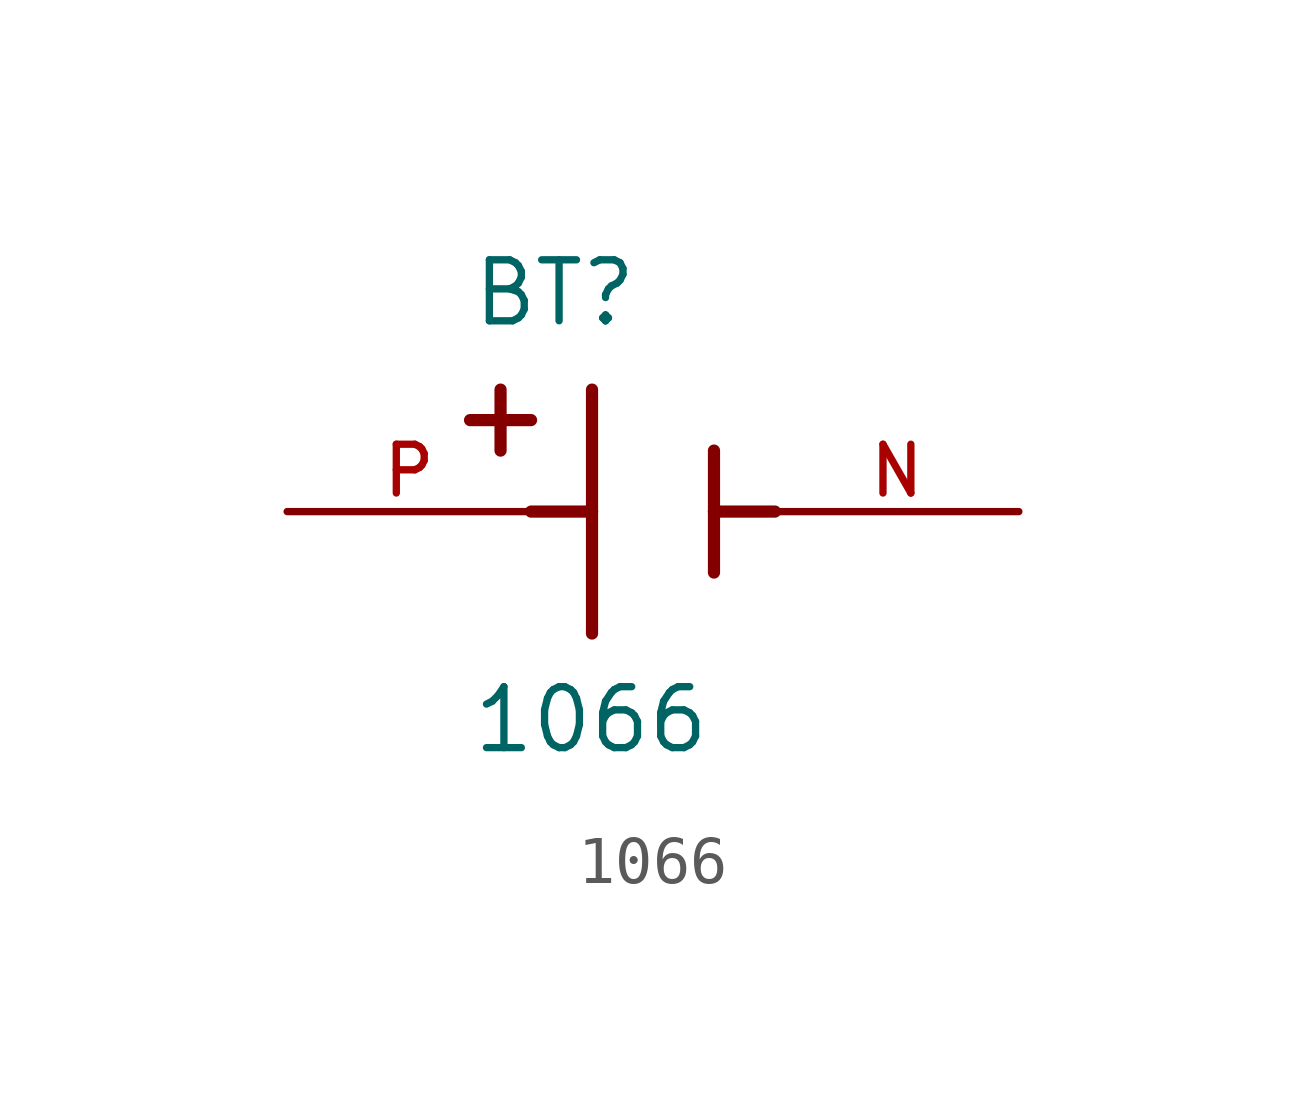
<source format=kicad_sym>
(kicad_symbol_lib
  (version 20211014)
  (generator kicad_symbol_editor)
  (symbol "1066"
    (pin_names
      (offset 1.016))
    (property "Reference" "BT"
      (at -3.81 3.81 0)
      (effects (font (size 1.27 1.27)) (justify bottom left)))
    (property "Value" "1066"
      (at -3.81 -5.08 0)
      (effects (font (size 1.27 1.27)) (justify bottom left)))
    (symbol "1066_0_0"
      (polyline (pts (xy -1.27 2.54) (xy -1.27 0.0)) (stroke (width 0.254)))
      (polyline (pts (xy -1.27 0.0) (xy -1.27 -2.54)) (stroke (width 0.254)))
      (polyline (pts (xy 1.27 1.27) (xy 1.27 0.0)) (stroke (width 0.254)))
      (polyline (pts (xy 1.27 0.0) (xy 1.27 -1.27)) (stroke (width 0.254)))
      (polyline (pts (xy -1.27 0.0) (xy -2.54 0.0)) (stroke (width 0.254)))
      (polyline (pts (xy 1.27 0.0) (xy 2.54 0.0)) (stroke (width 0.254)))
      (polyline (pts (xy -3.175 2.54) (xy -3.175 1.27)) (stroke (width 0.254)))
      (polyline (pts (xy -3.81 1.905) (xy -2.54 1.905)) (stroke (width 0.254)))
      (pin passive line (at -7.62 0.0 0) (length 5.08) (name "~" (effects (font (size 1.016 1.016)))) (number "P" (effects (font (size 1.016 1.016)))))
      (pin passive line (at 7.62 0.0 180.0) (length 5.08) (name "~" (effects (font (size 1.016 1.016)))) (number "N" (effects (font (size 1.016 1.016))))))))
</source>
